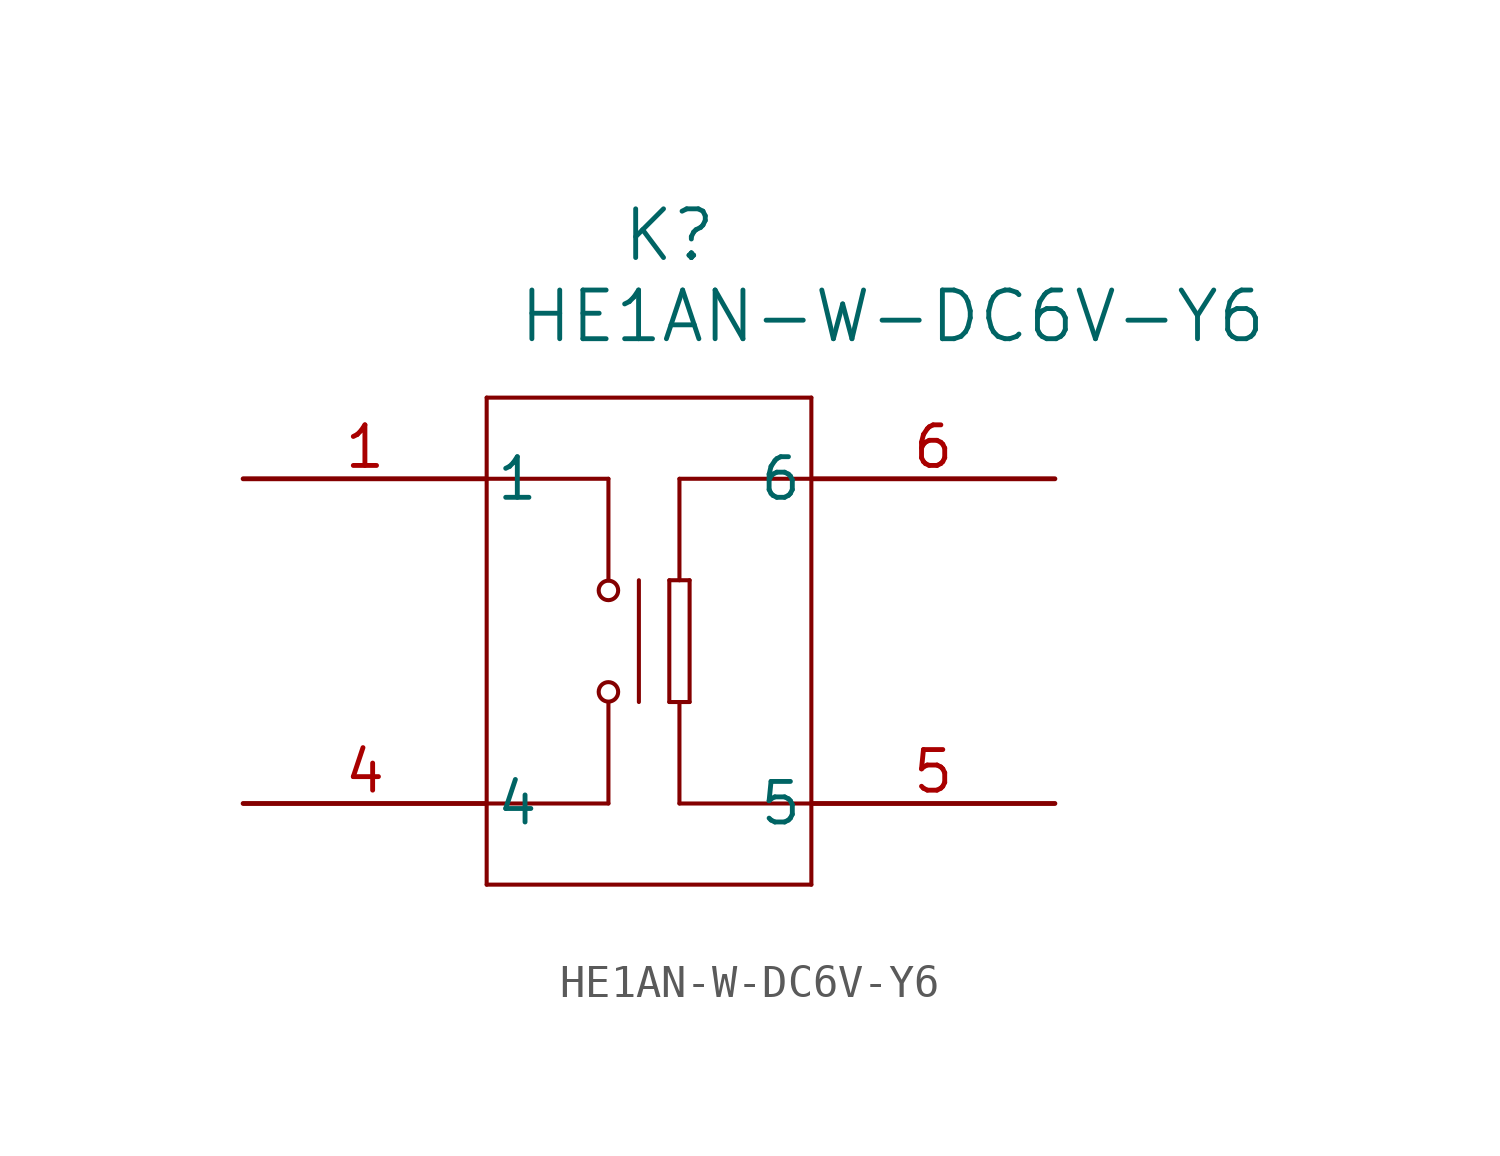
<source format=kicad_sym>
(kicad_symbol_lib
  (version 20211014)
  (generator kicad_symbol_editor)
  (symbol "HE1AN-W-DC6V-Y6"
    (pin_names
      (offset 0.254))
    (property "Reference" "K"
      (at 13.335 7.62 0)
      (effects (font (size 1.524 1.524))))
    (property "Value" "HE1AN-W-DC6V-Y6"
      (at 20.32 5.08 0)
      (effects (font (size 1.524 1.524))))
    (symbol "HE1AN-W-DC6V-Y6_0_1"
      (polyline (pts (xy 7.62 2.54) (xy 7.62 -12.7)) (stroke (width 0.127) (type default) (color 0 0 0 0)) (fill (type none)))
      (polyline (pts (xy 7.62 -12.7) (xy 17.78 -12.7)) (stroke (width 0.127) (type default) (color 0 0 0 0)) (fill (type none)))
      (polyline (pts (xy 17.78 -12.7) (xy 17.78 2.54)) (stroke (width 0.127) (type default) (color 0 0 0 0)) (fill (type none)))
      (polyline (pts (xy 17.78 2.54) (xy 7.62 2.54)) (stroke (width 0.127) (type default) (color 0 0 0 0)) (fill (type none)))
      (polyline (pts (xy 7.62 0) (xy 11.43 0)) (stroke (width 0.127) (type default) (color 0 0 0 0)) (fill (type none)))
      (polyline (pts (xy 7.62 -10.16) (xy 11.43 -10.16)) (stroke (width 0.127) (type default) (color 0 0 0 0)) (fill (type none)))
      (polyline (pts (xy 11.43 0) (xy 11.43 -3.175)) (stroke (width 0.127) (type default) (color 0 0 0 0)) (fill (type none)))
      (polyline (pts (xy 11.43 -10.16) (xy 11.43 -6.985)) (stroke (width 0.127) (type default) (color 0 0 0 0)) (fill (type none)))
      (circle (center 11.43 -6.668) (radius 0.305) (stroke (width 0.127) (type default) (color 0 0 0 0)) (fill (type none)))
      (circle (center 11.43 -3.493) (radius 0.305) (stroke (width 0.127) (type default) (color 0 0 0 0)) (fill (type none)))
      (polyline (pts (xy 12.383 -3.175) (xy 12.383 -6.985)) (stroke (width 0.127) (type default) (color 0 0 0 0)) (fill (type none)))
      (polyline (pts (xy 13.335 -3.175) (xy 13.335 -6.985)) (stroke (width 0.127) (type default) (color 0 0 0 0)) (fill (type none)))
      (polyline (pts (xy 13.335 -6.985) (xy 13.97 -6.985)) (stroke (width 0.127) (type default) (color 0 0 0 0)) (fill (type none)))
      (polyline (pts (xy 13.97 -3.175) (xy 13.97 -6.985)) (stroke (width 0.127) (type default) (color 0 0 0 0)) (fill (type none)))
      (polyline (pts (xy 13.335 -3.175) (xy 13.97 -3.175)) (stroke (width 0.127) (type default) (color 0 0 0 0)) (fill (type none)))
      (polyline (pts (xy 13.652 -3.175) (xy 13.652 0)) (stroke (width 0.127) (type default) (color 0 0 0 0)) (fill (type none)))
      (polyline (pts (xy 13.652 0) (xy 17.78 0)) (stroke (width 0.127) (type default) (color 0 0 0 0)) (fill (type none)))
      (polyline (pts (xy 13.652 -6.985) (xy 13.652 -10.16)) (stroke (width 0.127) (type default) (color 0 0 0 0)) (fill (type none)))
      (polyline (pts (xy 13.652 -10.16) (xy 17.78 -10.16)) (stroke (width 0.127) (type default) (color 0 0 0 0)) (fill (type none)))
      (pin unspecified line (at 0 0 0) (length 7.62) (name "1" (effects (font (size 1.27 1.27)))) (number "1" (effects (font (size 1.27 1.27)))))
      (pin unspecified line (at 0 -10.16 0) (length 7.62) (name "4" (effects (font (size 1.27 1.27)))) (number "4" (effects (font (size 1.27 1.27)))))
      (pin unspecified line (at 25.4 -10.16 180) (length 7.62) (name "5" (effects (font (size 1.27 1.27)))) (number "5" (effects (font (size 1.27 1.27)))))
      (pin unspecified line (at 25.4 0 180) (length 7.62) (name "6" (effects (font (size 1.27 1.27)))) (number "6" (effects (font (size 1.27 1.27))))))))
</source>
